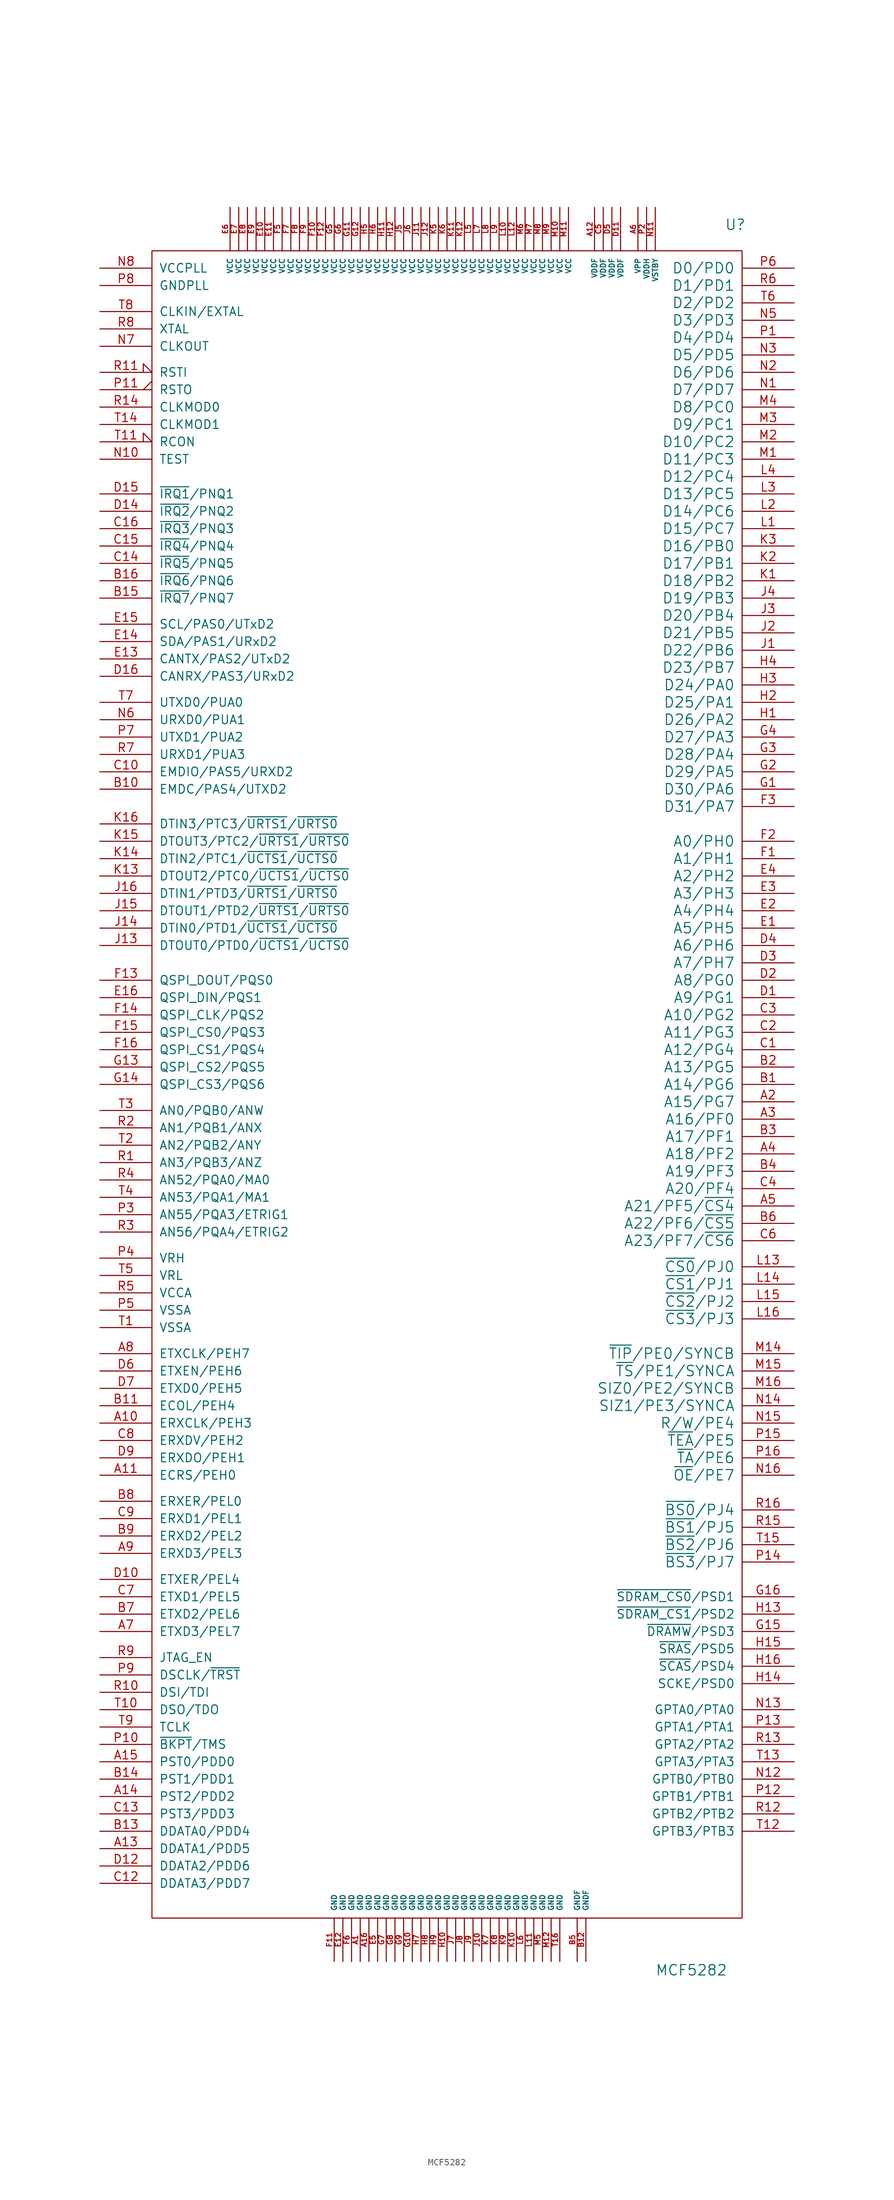
<source format=kicad_sym>
(kicad_symbol_lib
  (version 20211014)
  (generator kicad_symbol_editor)
  (symbol "MCF5282"
    (pin_names
      (offset 1.016))
    (property "Reference" "U"
      (at 40.64 125.73 0)
      (effects (font (size 1.524 1.524)) (justify left)))
    (property "Value" "MCF5282"
      (at 30.48 -129.54 0)
      (effects (font (size 1.524 1.524)) (justify left)))
    (property "Footprint" ""
      (at 0 0 0)
      (effects (font (size 1.524 1.524))))
    (property "Datasheet" ""
      (at 0 0 0)
      (effects (font (size 1.524 1.524))))
    (symbol "MCF5282_0_1"
      (rectangle (start -43.18 121.92) (end 43.18 -121.92) (stroke (width 0) (type default) (color 0 0 0 0)) (fill (type none))))
    (symbol "MCF5282_1_1"
      (pin power_in line (at -12.7 -128.27 90) (length 6.35) (name "GND" (effects (font (size 0.762 0.762)))) (number "A1" (effects (font (size 0.762 0.762)))))
      (pin bidirectional line (at -50.8 -49.53 0) (length 7.62) (name "ERXCLK/PEH3" (effects (font (size 1.27 1.27)))) (number "A10" (effects (font (size 1.27 1.27)))))
      (pin bidirectional line (at -50.8 -57.15 0) (length 7.62) (name "ECRS/PEH0" (effects (font (size 1.27 1.27)))) (number "A11" (effects (font (size 1.27 1.27)))))
      (pin power_in line (at 21.59 128.27 270) (length 6.35) (name "VDDF" (effects (font (size 0.762 0.762)))) (number "A12" (effects (font (size 0.762 0.762)))))
      (pin output line (at -50.8 -111.76 0) (length 7.62) (name "DDATA1/PDD5" (effects (font (size 1.27 1.27)))) (number "A13" (effects (font (size 1.27 1.27)))))
      (pin output line (at -50.8 -104.14 0) (length 7.62) (name "PST2/PDD2" (effects (font (size 1.27 1.27)))) (number "A14" (effects (font (size 1.27 1.27)))))
      (pin output line (at -50.8 -99.06 0) (length 7.62) (name "PST0/PDD0" (effects (font (size 1.27 1.27)))) (number "A15" (effects (font (size 1.27 1.27)))))
      (pin power_in line (at -11.43 -128.27 90) (length 6.35) (name "GND" (effects (font (size 0.762 0.762)))) (number "A16" (effects (font (size 0.762 0.762)))))
      (pin bidirectional line (at 50.8 -2.54 180) (length 7.62) (name "A15/PG7" (effects (font (size 1.524 1.524)))) (number "A2" (effects (font (size 1.27 1.27)))))
      (pin bidirectional line (at 50.8 -5.08 180) (length 7.62) (name "A16/PF0" (effects (font (size 1.524 1.524)))) (number "A3" (effects (font (size 1.27 1.27)))))
      (pin bidirectional line (at 50.8 -10.16 180) (length 7.62) (name "A18/PF2" (effects (font (size 1.524 1.524)))) (number "A4" (effects (font (size 1.27 1.27)))))
      (pin bidirectional line (at 50.8 -17.78 180) (length 7.62) (name "A21/PF5/~{CS4}" (effects (font (size 1.524 1.524)))) (number "A5" (effects (font (size 1.27 1.27)))))
      (pin power_in line (at 27.94 128.27 270) (length 6.35) (name "VPP" (effects (font (size 0.762 0.762)))) (number "A6" (effects (font (size 0.762 0.762)))))
      (pin bidirectional line (at -50.8 -80.01 0) (length 7.62) (name "ETXD3/PEL7" (effects (font (size 1.27 1.27)))) (number "A7" (effects (font (size 1.27 1.27)))))
      (pin bidirectional line (at -50.8 -39.37 0) (length 7.62) (name "ETXCLK/PEH7" (effects (font (size 1.27 1.27)))) (number "A8" (effects (font (size 1.27 1.27)))))
      (pin bidirectional line (at -50.8 -68.58 0) (length 7.62) (name "ERXD3/PEL3" (effects (font (size 1.27 1.27)))) (number "A9" (effects (font (size 1.27 1.27)))))
      (pin bidirectional line (at 50.8 0 180) (length 7.62) (name "A14/PG6" (effects (font (size 1.524 1.524)))) (number "B1" (effects (font (size 1.27 1.27)))))
      (pin input line (at -50.8 43.18 0) (length 7.62) (name "EMDC/PAS4/UTXD2" (effects (font (size 1.27 1.27)))) (number "B10" (effects (font (size 1.27 1.27)))))
      (pin bidirectional line (at -50.8 -46.99 0) (length 7.62) (name "ECOL/PEH4" (effects (font (size 1.27 1.27)))) (number "B11" (effects (font (size 1.27 1.27)))))
      (pin power_in line (at 20.32 -128.27 90) (length 6.35) (name "GNDF" (effects (font (size 0.762 0.762)))) (number "B12" (effects (font (size 0.762 0.762)))))
      (pin output line (at -50.8 -109.22 0) (length 7.62) (name "DDATA0/PDD4" (effects (font (size 1.27 1.27)))) (number "B13" (effects (font (size 1.27 1.27)))))
      (pin output line (at -50.8 -101.6 0) (length 7.62) (name "PST1/PDD1" (effects (font (size 1.27 1.27)))) (number "B14" (effects (font (size 1.27 1.27)))))
      (pin bidirectional line (at -50.8 71.12 0) (length 7.62) (name "~{IRQ7}/PNQ7" (effects (font (size 1.27 1.27)))) (number "B15" (effects (font (size 1.27 1.27)))))
      (pin bidirectional line (at -50.8 73.66 0) (length 7.62) (name "~{IRQ6}/PNQ6" (effects (font (size 1.27 1.27)))) (number "B16" (effects (font (size 1.27 1.27)))))
      (pin bidirectional line (at 50.8 2.54 180) (length 7.62) (name "A13/PG5" (effects (font (size 1.524 1.524)))) (number "B2" (effects (font (size 1.27 1.27)))))
      (pin bidirectional line (at 50.8 -7.62 180) (length 7.62) (name "A17/PF1" (effects (font (size 1.524 1.524)))) (number "B3" (effects (font (size 1.27 1.27)))))
      (pin bidirectional line (at 50.8 -12.7 180) (length 7.62) (name "A19/PF3" (effects (font (size 1.524 1.524)))) (number "B4" (effects (font (size 1.27 1.27)))))
      (pin passive line (at 19.05 -128.27 90) (length 6.35) (name "GNDF" (effects (font (size 0.762 0.762)))) (number "B5" (effects (font (size 0.762 0.762)))))
      (pin bidirectional line (at 50.8 -20.32 180) (length 7.62) (name "A22/PF6/~{CS5}" (effects (font (size 1.524 1.524)))) (number "B6" (effects (font (size 1.27 1.27)))))
      (pin bidirectional line (at -50.8 -77.47 0) (length 7.62) (name "ETXD2/PEL6" (effects (font (size 1.27 1.27)))) (number "B7" (effects (font (size 1.27 1.27)))))
      (pin bidirectional line (at -50.8 -60.96 0) (length 7.62) (name "ERXER/PEL0" (effects (font (size 1.27 1.27)))) (number "B8" (effects (font (size 1.27 1.27)))))
      (pin bidirectional line (at -50.8 -66.04 0) (length 7.62) (name "ERXD2/PEL2" (effects (font (size 1.27 1.27)))) (number "B9" (effects (font (size 1.27 1.27)))))
      (pin bidirectional line (at 50.8 5.08 180) (length 7.62) (name "A12/PG4" (effects (font (size 1.524 1.524)))) (number "C1" (effects (font (size 1.27 1.27)))))
      (pin bidirectional line (at -50.8 45.72 0) (length 7.62) (name "EMDIO/PAS5/URXD2" (effects (font (size 1.27 1.27)))) (number "C10" (effects (font (size 1.27 1.27)))))
      (pin output line (at -50.8 -116.84 0) (length 7.62) (name "DDATA3/PDD7" (effects (font (size 1.27 1.27)))) (number "C12" (effects (font (size 1.27 1.27)))))
      (pin output line (at -50.8 -106.68 0) (length 7.62) (name "PST3/PDD3" (effects (font (size 1.27 1.27)))) (number "C13" (effects (font (size 1.27 1.27)))))
      (pin bidirectional line (at -50.8 76.2 0) (length 7.62) (name "~{IRQ5}/PNQ5" (effects (font (size 1.27 1.27)))) (number "C14" (effects (font (size 1.27 1.27)))))
      (pin bidirectional line (at -50.8 78.74 0) (length 7.62) (name "~{IRQ4}/PNQ4" (effects (font (size 1.27 1.27)))) (number "C15" (effects (font (size 1.27 1.27)))))
      (pin bidirectional line (at -50.8 81.28 0) (length 7.62) (name "~{IRQ3}/PNQ3" (effects (font (size 1.27 1.27)))) (number "C16" (effects (font (size 1.27 1.27)))))
      (pin bidirectional line (at 50.8 7.62 180) (length 7.62) (name "A11/PG3" (effects (font (size 1.524 1.524)))) (number "C2" (effects (font (size 1.27 1.27)))))
      (pin bidirectional line (at 50.8 10.16 180) (length 7.62) (name "A10/PG2" (effects (font (size 1.524 1.524)))) (number "C3" (effects (font (size 1.27 1.27)))))
      (pin bidirectional line (at 50.8 -15.24 180) (length 7.62) (name "A20/PF4" (effects (font (size 1.524 1.524)))) (number "C4" (effects (font (size 1.27 1.27)))))
      (pin power_in line (at 22.86 128.27 270) (length 6.35) (name "VDDF" (effects (font (size 0.762 0.762)))) (number "C5" (effects (font (size 0.762 0.762)))))
      (pin bidirectional line (at 50.8 -22.86 180) (length 7.62) (name "A23/PF7/~{CS6}" (effects (font (size 1.524 1.524)))) (number "C6" (effects (font (size 1.27 1.27)))))
      (pin bidirectional line (at -50.8 -74.93 0) (length 7.62) (name "ETXD1/PEL5" (effects (font (size 1.27 1.27)))) (number "C7" (effects (font (size 1.27 1.27)))))
      (pin bidirectional line (at -50.8 -52.07 0) (length 7.62) (name "ERXDV/PEH2" (effects (font (size 1.27 1.27)))) (number "C8" (effects (font (size 1.27 1.27)))))
      (pin bidirectional line (at -50.8 -63.5 0) (length 7.62) (name "ERXD1/PEL1" (effects (font (size 1.27 1.27)))) (number "C9" (effects (font (size 1.27 1.27)))))
      (pin bidirectional line (at 50.8 12.7 180) (length 7.62) (name "A9/PG1" (effects (font (size 1.524 1.524)))) (number "D1" (effects (font (size 1.27 1.27)))))
      (pin bidirectional line (at -50.8 -72.39 0) (length 7.62) (name "ETXER/PEL4" (effects (font (size 1.27 1.27)))) (number "D10" (effects (font (size 1.27 1.27)))))
      (pin power_in line (at 25.4 128.27 270) (length 6.35) (name "VDDF" (effects (font (size 0.762 0.762)))) (number "D11" (effects (font (size 0.762 0.762)))))
      (pin output line (at -50.8 -114.3 0) (length 7.62) (name "DDATA2/PDD6" (effects (font (size 1.27 1.27)))) (number "D12" (effects (font (size 1.27 1.27)))))
      (pin bidirectional line (at -50.8 83.82 0) (length 7.62) (name "~{IRQ2}/PNQ2" (effects (font (size 1.27 1.27)))) (number "D14" (effects (font (size 1.27 1.27)))))
      (pin bidirectional line (at -50.8 86.36 0) (length 7.62) (name "~{IRQ1}/PNQ1" (effects (font (size 1.27 1.27)))) (number "D15" (effects (font (size 1.27 1.27)))))
      (pin bidirectional line (at -50.8 59.69 0) (length 7.62) (name "CANRX/PAS3/URxD2" (effects (font (size 1.27 1.27)))) (number "D16" (effects (font (size 1.27 1.27)))))
      (pin bidirectional line (at 50.8 15.24 180) (length 7.62) (name "A8/PG0" (effects (font (size 1.524 1.524)))) (number "D2" (effects (font (size 1.27 1.27)))))
      (pin bidirectional line (at 50.8 17.78 180) (length 7.62) (name "A7/PH7" (effects (font (size 1.524 1.524)))) (number "D3" (effects (font (size 1.27 1.27)))))
      (pin bidirectional line (at 50.8 20.32 180) (length 7.62) (name "A6/PH6" (effects (font (size 1.524 1.524)))) (number "D4" (effects (font (size 1.27 1.27)))))
      (pin power_in line (at 24.13 128.27 270) (length 6.35) (name "VDDF" (effects (font (size 0.762 0.762)))) (number "D5" (effects (font (size 0.762 0.762)))))
      (pin bidirectional line (at -50.8 -41.91 0) (length 7.62) (name "ETXEN/PEH6" (effects (font (size 1.27 1.27)))) (number "D6" (effects (font (size 1.27 1.27)))))
      (pin bidirectional line (at -50.8 -44.45 0) (length 7.62) (name "ETXD0/PEH5" (effects (font (size 1.27 1.27)))) (number "D7" (effects (font (size 1.27 1.27)))))
      (pin bidirectional line (at -50.8 -54.61 0) (length 7.62) (name "ERXDO/PEH1" (effects (font (size 1.27 1.27)))) (number "D9" (effects (font (size 1.27 1.27)))))
      (pin bidirectional line (at 50.8 22.86 180) (length 7.62) (name "A5/PH5" (effects (font (size 1.524 1.524)))) (number "E1" (effects (font (size 1.27 1.27)))))
      (pin power_in line (at -26.67 128.27 270) (length 6.35) (name "VCC" (effects (font (size 0.762 0.762)))) (number "E10" (effects (font (size 0.762 0.762)))))
      (pin power_in line (at -25.4 128.27 270) (length 6.35) (name "VCC" (effects (font (size 0.762 0.762)))) (number "E11" (effects (font (size 0.762 0.762)))))
      (pin power_in line (at -15.24 -128.27 90) (length 6.35) (name "GND" (effects (font (size 0.762 0.762)))) (number "E12" (effects (font (size 0.762 0.762)))))
      (pin bidirectional line (at -50.8 62.23 0) (length 7.62) (name "CANTX/PAS2/UTxD2" (effects (font (size 1.27 1.27)))) (number "E13" (effects (font (size 1.27 1.27)))))
      (pin bidirectional line (at -50.8 64.77 0) (length 7.62) (name "SDA/PAS1/URxD2" (effects (font (size 1.27 1.27)))) (number "E14" (effects (font (size 1.27 1.27)))))
      (pin bidirectional line (at -50.8 67.31 0) (length 7.62) (name "SCL/PAS0/UTxD2" (effects (font (size 1.27 1.27)))) (number "E15" (effects (font (size 1.27 1.27)))))
      (pin bidirectional line (at -50.8 12.7 0) (length 7.62) (name "QSPI_DIN/PQS1" (effects (font (size 1.27 1.27)))) (number "E16" (effects (font (size 1.27 1.27)))))
      (pin bidirectional line (at 50.8 25.4 180) (length 7.62) (name "A4/PH4" (effects (font (size 1.524 1.524)))) (number "E2" (effects (font (size 1.27 1.27)))))
      (pin bidirectional line (at 50.8 27.94 180) (length 7.62) (name "A3/PH3" (effects (font (size 1.524 1.524)))) (number "E3" (effects (font (size 1.27 1.27)))))
      (pin bidirectional line (at 50.8 30.48 180) (length 7.62) (name "A2/PH2" (effects (font (size 1.524 1.524)))) (number "E4" (effects (font (size 1.27 1.27)))))
      (pin power_in line (at -10.16 -128.27 90) (length 6.35) (name "GND" (effects (font (size 0.762 0.762)))) (number "E5" (effects (font (size 0.762 0.762)))))
      (pin power_in line (at -31.75 128.27 270) (length 6.35) (name "VCC" (effects (font (size 0.762 0.762)))) (number "E6" (effects (font (size 0.762 0.762)))))
      (pin power_in line (at -30.48 128.27 270) (length 6.35) (name "VCC" (effects (font (size 0.762 0.762)))) (number "E7" (effects (font (size 0.762 0.762)))))
      (pin power_in line (at -29.21 128.27 270) (length 6.35) (name "VCC" (effects (font (size 0.762 0.762)))) (number "E8" (effects (font (size 0.762 0.762)))))
      (pin power_in line (at -27.94 128.27 270) (length 6.35) (name "VCC" (effects (font (size 0.762 0.762)))) (number "E9" (effects (font (size 0.762 0.762)))))
      (pin bidirectional line (at 50.8 33.02 180) (length 7.62) (name "A1/PH1" (effects (font (size 1.524 1.524)))) (number "F1" (effects (font (size 1.27 1.27)))))
      (pin power_in line (at -19.05 128.27 270) (length 6.35) (name "VCC" (effects (font (size 0.762 0.762)))) (number "F10" (effects (font (size 0.762 0.762)))))
      (pin power_in line (at -16.51 -128.27 90) (length 6.35) (name "GND" (effects (font (size 0.762 0.762)))) (number "F11" (effects (font (size 0.762 0.762)))))
      (pin power_in line (at -17.78 128.27 270) (length 6.35) (name "VCC" (effects (font (size 0.762 0.762)))) (number "F12" (effects (font (size 0.762 0.762)))))
      (pin bidirectional line (at -50.8 15.24 0) (length 7.62) (name "QSPI_DOUT/PQS0" (effects (font (size 1.27 1.27)))) (number "F13" (effects (font (size 1.27 1.27)))))
      (pin bidirectional line (at -50.8 10.16 0) (length 7.62) (name "QSPI_CLK/PQS2" (effects (font (size 1.27 1.27)))) (number "F14" (effects (font (size 1.27 1.27)))))
      (pin bidirectional line (at -50.8 7.62 0) (length 7.62) (name "QSPI_CS0/PQS3" (effects (font (size 1.27 1.27)))) (number "F15" (effects (font (size 1.27 1.27)))))
      (pin bidirectional line (at -50.8 5.08 0) (length 7.62) (name "QSPI_CS1/PQS4" (effects (font (size 1.27 1.27)))) (number "F16" (effects (font (size 1.27 1.27)))))
      (pin bidirectional line (at 50.8 35.56 180) (length 7.62) (name "A0/PH0" (effects (font (size 1.524 1.524)))) (number "F2" (effects (font (size 1.27 1.27)))))
      (pin bidirectional line (at 50.8 40.64 180) (length 7.62) (name "D31/PA7" (effects (font (size 1.524 1.524)))) (number "F3" (effects (font (size 1.27 1.27)))))
      (pin power_in line (at -24.13 128.27 270) (length 6.35) (name "VCC" (effects (font (size 0.762 0.762)))) (number "F5" (effects (font (size 0.762 0.762)))))
      (pin power_in line (at -13.97 -128.27 90) (length 6.35) (name "GND" (effects (font (size 0.762 0.762)))) (number "F6" (effects (font (size 0.762 0.762)))))
      (pin power_in line (at -22.86 128.27 270) (length 6.35) (name "VCC" (effects (font (size 0.762 0.762)))) (number "F7" (effects (font (size 0.762 0.762)))))
      (pin power_in line (at -21.59 128.27 270) (length 6.35) (name "VCC" (effects (font (size 0.762 0.762)))) (number "F8" (effects (font (size 0.762 0.762)))))
      (pin power_in line (at -20.32 128.27 270) (length 6.35) (name "VCC" (effects (font (size 0.762 0.762)))) (number "F9" (effects (font (size 0.762 0.762)))))
      (pin bidirectional line (at 50.8 43.18 180) (length 7.62) (name "D30/PA6" (effects (font (size 1.524 1.524)))) (number "G1" (effects (font (size 1.27 1.27)))))
      (pin power_in line (at -5.08 -128.27 90) (length 6.35) (name "GND" (effects (font (size 0.762 0.762)))) (number "G10" (effects (font (size 0.762 0.762)))))
      (pin power_in line (at -13.97 128.27 270) (length 6.35) (name "VCC" (effects (font (size 0.762 0.762)))) (number "G11" (effects (font (size 0.762 0.762)))))
      (pin power_in line (at -12.7 128.27 270) (length 6.35) (name "VCC" (effects (font (size 0.762 0.762)))) (number "G12" (effects (font (size 0.762 0.762)))))
      (pin bidirectional line (at -50.8 2.54 0) (length 7.62) (name "QSPI_CS2/PQS5" (effects (font (size 1.27 1.27)))) (number "G13" (effects (font (size 1.27 1.27)))))
      (pin bidirectional line (at -50.8 0 0) (length 7.62) (name "QSPI_CS3/PQS6" (effects (font (size 1.27 1.27)))) (number "G14" (effects (font (size 1.27 1.27)))))
      (pin bidirectional line (at 50.8 -80.01 180) (length 7.62) (name "~{DRAMW}/PSD3" (effects (font (size 1.27 1.27)))) (number "G15" (effects (font (size 1.27 1.27)))))
      (pin bidirectional line (at 50.8 -74.93 180) (length 7.62) (name "~{SDRAM_CS0}/PSD1" (effects (font (size 1.27 1.27)))) (number "G16" (effects (font (size 1.27 1.27)))))
      (pin bidirectional line (at 50.8 45.72 180) (length 7.62) (name "D29/PA5" (effects (font (size 1.524 1.524)))) (number "G2" (effects (font (size 1.27 1.27)))))
      (pin bidirectional line (at 50.8 48.26 180) (length 7.62) (name "D28/PA4" (effects (font (size 1.524 1.524)))) (number "G3" (effects (font (size 1.27 1.27)))))
      (pin bidirectional line (at 50.8 50.8 180) (length 7.62) (name "D27/PA3" (effects (font (size 1.524 1.524)))) (number "G4" (effects (font (size 1.27 1.27)))))
      (pin power_in line (at -16.51 128.27 270) (length 6.35) (name "VCC" (effects (font (size 0.762 0.762)))) (number "G5" (effects (font (size 0.762 0.762)))))
      (pin power_in line (at -15.24 128.27 270) (length 6.35) (name "VCC" (effects (font (size 0.762 0.762)))) (number "G6" (effects (font (size 0.762 0.762)))))
      (pin power_in line (at -8.89 -128.27 90) (length 6.35) (name "GND" (effects (font (size 0.762 0.762)))) (number "G7" (effects (font (size 0.762 0.762)))))
      (pin power_in line (at -7.62 -128.27 90) (length 6.35) (name "GND" (effects (font (size 0.762 0.762)))) (number "G8" (effects (font (size 0.762 0.762)))))
      (pin power_in line (at -6.35 -128.27 90) (length 6.35) (name "GND" (effects (font (size 0.762 0.762)))) (number "G9" (effects (font (size 0.762 0.762)))))
      (pin bidirectional line (at 50.8 53.34 180) (length 7.62) (name "D26/PA2" (effects (font (size 1.524 1.524)))) (number "H1" (effects (font (size 1.27 1.27)))))
      (pin power_in line (at 0 -128.27 90) (length 6.35) (name "GND" (effects (font (size 0.762 0.762)))) (number "H10" (effects (font (size 0.762 0.762)))))
      (pin power_in line (at -8.89 128.27 270) (length 6.35) (name "VCC" (effects (font (size 0.762 0.762)))) (number "H11" (effects (font (size 0.762 0.762)))))
      (pin power_in line (at -7.62 128.27 270) (length 6.35) (name "VCC" (effects (font (size 0.762 0.762)))) (number "H12" (effects (font (size 0.762 0.762)))))
      (pin output line (at 50.8 -77.47 180) (length 7.62) (name "~{SDRAM_CS1}/PSD2" (effects (font (size 1.27 1.27)))) (number "H13" (effects (font (size 1.27 1.27)))))
      (pin bidirectional line (at 50.8 -87.63 180) (length 7.62) (name "SCKE/PSD0" (effects (font (size 1.27 1.27)))) (number "H14" (effects (font (size 1.27 1.27)))))
      (pin bidirectional line (at 50.8 -82.55 180) (length 7.62) (name "~{SRAS}/PSD5" (effects (font (size 1.27 1.27)))) (number "H15" (effects (font (size 1.27 1.27)))))
      (pin bidirectional line (at 50.8 -85.09 180) (length 7.62) (name "~{SCAS}/PSD4" (effects (font (size 1.27 1.27)))) (number "H16" (effects (font (size 1.27 1.27)))))
      (pin bidirectional line (at 50.8 55.88 180) (length 7.62) (name "D25/PA1" (effects (font (size 1.524 1.524)))) (number "H2" (effects (font (size 1.27 1.27)))))
      (pin bidirectional line (at 50.8 58.42 180) (length 7.62) (name "D24/PA0" (effects (font (size 1.524 1.524)))) (number "H3" (effects (font (size 1.27 1.27)))))
      (pin bidirectional line (at 50.8 60.96 180) (length 7.62) (name "D23/PB7" (effects (font (size 1.524 1.524)))) (number "H4" (effects (font (size 1.27 1.27)))))
      (pin power_in line (at -11.43 128.27 270) (length 6.35) (name "VCC" (effects (font (size 0.762 0.762)))) (number "H5" (effects (font (size 0.762 0.762)))))
      (pin power_in line (at -10.16 128.27 270) (length 6.35) (name "VCC" (effects (font (size 0.762 0.762)))) (number "H6" (effects (font (size 0.762 0.762)))))
      (pin power_in line (at -3.81 -128.27 90) (length 6.35) (name "GND" (effects (font (size 0.762 0.762)))) (number "H7" (effects (font (size 0.762 0.762)))))
      (pin power_in line (at -2.54 -128.27 90) (length 6.35) (name "GND" (effects (font (size 0.762 0.762)))) (number "H8" (effects (font (size 0.762 0.762)))))
      (pin power_in line (at -1.27 -128.27 90) (length 6.35) (name "GND" (effects (font (size 0.762 0.762)))) (number "H9" (effects (font (size 0.762 0.762)))))
      (pin bidirectional line (at 50.8 63.5 180) (length 7.62) (name "D22/PB6" (effects (font (size 1.524 1.524)))) (number "J1" (effects (font (size 1.27 1.27)))))
      (pin power_in line (at 5.08 -128.27 90) (length 6.35) (name "GND" (effects (font (size 0.762 0.762)))) (number "J10" (effects (font (size 0.762 0.762)))))
      (pin power_in line (at -3.81 128.27 270) (length 6.35) (name "VCC" (effects (font (size 0.762 0.762)))) (number "J11" (effects (font (size 0.762 0.762)))))
      (pin power_in line (at -2.54 128.27 270) (length 6.35) (name "VCC" (effects (font (size 0.762 0.762)))) (number "J12" (effects (font (size 0.762 0.762)))))
      (pin input line (at -50.8 20.32 0) (length 7.62) (name "DTOUT0/PTD0/~{UCTS1}/~{UCTS0}" (effects (font (size 1.27 1.27)))) (number "J13" (effects (font (size 1.27 1.27)))))
      (pin bidirectional line (at -50.8 22.86 0) (length 7.62) (name "DTIN0/PTD1/~{UCTS1}/~{UCTS0}" (effects (font (size 1.27 1.27)))) (number "J14" (effects (font (size 1.27 1.27)))))
      (pin bidirectional line (at -50.8 25.4 0) (length 7.62) (name "DTOUT1/PTD2/~{URTS1}/~{URTS0}" (effects (font (size 1.27 1.27)))) (number "J15" (effects (font (size 1.27 1.27)))))
      (pin bidirectional line (at -50.8 27.94 0) (length 7.62) (name "DTIN1/PTD3/~{URTS1}/~{URTS0}" (effects (font (size 1.27 1.27)))) (number "J16" (effects (font (size 1.27 1.27)))))
      (pin bidirectional line (at 50.8 66.04 180) (length 7.62) (name "D21/PB5" (effects (font (size 1.524 1.524)))) (number "J2" (effects (font (size 1.27 1.27)))))
      (pin bidirectional line (at 50.8 68.58 180) (length 7.62) (name "D20/PB4" (effects (font (size 1.524 1.524)))) (number "J3" (effects (font (size 1.27 1.27)))))
      (pin bidirectional line (at 50.8 71.12 180) (length 7.62) (name "D19/PB3" (effects (font (size 1.524 1.524)))) (number "J4" (effects (font (size 1.27 1.27)))))
      (pin power_in line (at -6.35 128.27 270) (length 6.35) (name "VCC" (effects (font (size 0.762 0.762)))) (number "J5" (effects (font (size 0.762 0.762)))))
      (pin power_in line (at -5.08 128.27 270) (length 6.35) (name "VCC" (effects (font (size 0.762 0.762)))) (number "J6" (effects (font (size 0.762 0.762)))))
      (pin power_in line (at 1.27 -128.27 90) (length 6.35) (name "GND" (effects (font (size 0.762 0.762)))) (number "J7" (effects (font (size 0.762 0.762)))))
      (pin power_in line (at 2.54 -128.27 90) (length 6.35) (name "GND" (effects (font (size 0.762 0.762)))) (number "J8" (effects (font (size 0.762 0.762)))))
      (pin power_in line (at 3.81 -128.27 90) (length 6.35) (name "GND" (effects (font (size 0.762 0.762)))) (number "J9" (effects (font (size 0.762 0.762)))))
      (pin bidirectional line (at 50.8 73.66 180) (length 7.62) (name "D18/PB2" (effects (font (size 1.524 1.524)))) (number "K1" (effects (font (size 1.27 1.27)))))
      (pin power_in line (at 10.16 -128.27 90) (length 6.35) (name "GND" (effects (font (size 0.762 0.762)))) (number "K10" (effects (font (size 0.762 0.762)))))
      (pin power_in line (at 1.27 128.27 270) (length 6.35) (name "VCC" (effects (font (size 0.762 0.762)))) (number "K11" (effects (font (size 0.762 0.762)))))
      (pin power_in line (at 2.54 128.27 270) (length 6.35) (name "VCC" (effects (font (size 0.762 0.762)))) (number "K12" (effects (font (size 0.762 0.762)))))
      (pin bidirectional line (at -50.8 30.48 0) (length 7.62) (name "DTOUT2/PTC0/~{UCTS1}/~{UCTS0}" (effects (font (size 1.27 1.27)))) (number "K13" (effects (font (size 1.27 1.27)))))
      (pin bidirectional line (at -50.8 33.02 0) (length 7.62) (name "DTIN2/PTC1/~{UCTS1}/~{UCTS0}" (effects (font (size 1.27 1.27)))) (number "K14" (effects (font (size 1.27 1.27)))))
      (pin bidirectional line (at -50.8 35.56 0) (length 7.62) (name "DTOUT3/PTC2/~{URTS1}/~{URTS0}" (effects (font (size 1.27 1.27)))) (number "K15" (effects (font (size 1.27 1.27)))))
      (pin bidirectional line (at -50.8 38.1 0) (length 7.62) (name "DTIN3/PTC3/~{URTS1}/~{URTS0}" (effects (font (size 1.27 1.27)))) (number "K16" (effects (font (size 1.27 1.27)))))
      (pin bidirectional line (at 50.8 76.2 180) (length 7.62) (name "D17/PB1" (effects (font (size 1.524 1.524)))) (number "K2" (effects (font (size 1.27 1.27)))))
      (pin bidirectional line (at 50.8 78.74 180) (length 7.62) (name "D16/PB0" (effects (font (size 1.524 1.524)))) (number "K3" (effects (font (size 1.27 1.27)))))
      (pin power_in line (at -1.27 128.27 270) (length 6.35) (name "VCC" (effects (font (size 0.762 0.762)))) (number "K5" (effects (font (size 0.762 0.762)))))
      (pin power_in line (at 0 128.27 270) (length 6.35) (name "VCC" (effects (font (size 0.762 0.762)))) (number "K6" (effects (font (size 0.762 0.762)))))
      (pin power_in line (at 6.35 -128.27 90) (length 6.35) (name "GND" (effects (font (size 0.762 0.762)))) (number "K7" (effects (font (size 0.762 0.762)))))
      (pin power_in line (at 7.62 -128.27 90) (length 6.35) (name "GND" (effects (font (size 0.762 0.762)))) (number "K8" (effects (font (size 0.762 0.762)))))
      (pin power_in line (at 8.89 -128.27 90) (length 6.35) (name "GND" (effects (font (size 0.762 0.762)))) (number "K9" (effects (font (size 0.762 0.762)))))
      (pin bidirectional line (at 50.8 81.28 180) (length 7.62) (name "D15/PC7" (effects (font (size 1.524 1.524)))) (number "L1" (effects (font (size 1.27 1.27)))))
      (pin power_in line (at 8.89 128.27 270) (length 6.35) (name "VCC" (effects (font (size 0.762 0.762)))) (number "L10" (effects (font (size 0.762 0.762)))))
      (pin power_in line (at 12.7 -128.27 90) (length 6.35) (name "GND" (effects (font (size 0.762 0.762)))) (number "L11" (effects (font (size 0.762 0.762)))))
      (pin power_in line (at 10.16 128.27 270) (length 6.35) (name "VCC" (effects (font (size 0.762 0.762)))) (number "L12" (effects (font (size 0.762 0.762)))))
      (pin bidirectional line (at 50.8 -26.67 180) (length 7.62) (name "~{CS0}/PJ0" (effects (font (size 1.524 1.524)))) (number "L13" (effects (font (size 1.27 1.27)))))
      (pin bidirectional line (at 50.8 -29.21 180) (length 7.62) (name "~{CS1}/PJ1" (effects (font (size 1.524 1.524)))) (number "L14" (effects (font (size 1.27 1.27)))))
      (pin bidirectional line (at 50.8 -31.75 180) (length 7.62) (name "~{CS2}/PJ2" (effects (font (size 1.524 1.524)))) (number "L15" (effects (font (size 1.27 1.27)))))
      (pin bidirectional line (at 50.8 -34.29 180) (length 7.62) (name "~{CS3}/PJ3" (effects (font (size 1.524 1.524)))) (number "L16" (effects (font (size 1.27 1.27)))))
      (pin bidirectional line (at 50.8 83.82 180) (length 7.62) (name "D14/PC6" (effects (font (size 1.524 1.524)))) (number "L2" (effects (font (size 1.27 1.27)))))
      (pin bidirectional line (at 50.8 86.36 180) (length 7.62) (name "D13/PC5" (effects (font (size 1.524 1.524)))) (number "L3" (effects (font (size 1.27 1.27)))))
      (pin bidirectional line (at 50.8 88.9 180) (length 7.62) (name "D12/PC4" (effects (font (size 1.524 1.524)))) (number "L4" (effects (font (size 1.27 1.27)))))
      (pin power_in line (at 3.81 128.27 270) (length 6.35) (name "VCC" (effects (font (size 0.762 0.762)))) (number "L5" (effects (font (size 0.762 0.762)))))
      (pin power_in line (at 11.43 -128.27 90) (length 6.35) (name "GND" (effects (font (size 0.762 0.762)))) (number "L6" (effects (font (size 0.762 0.762)))))
      (pin power_in line (at 5.08 128.27 270) (length 6.35) (name "VCC" (effects (font (size 0.762 0.762)))) (number "L7" (effects (font (size 0.762 0.762)))))
      (pin power_in line (at 6.35 128.27 270) (length 6.35) (name "VCC" (effects (font (size 0.762 0.762)))) (number "L8" (effects (font (size 0.762 0.762)))))
      (pin power_in line (at 7.62 128.27 270) (length 6.35) (name "VCC" (effects (font (size 0.762 0.762)))) (number "L9" (effects (font (size 0.762 0.762)))))
      (pin bidirectional line (at 50.8 91.44 180) (length 7.62) (name "D11/PC3" (effects (font (size 1.524 1.524)))) (number "M1" (effects (font (size 1.27 1.27)))))
      (pin power_in line (at 16.51 128.27 270) (length 6.35) (name "VCC" (effects (font (size 0.762 0.762)))) (number "M10" (effects (font (size 0.762 0.762)))))
      (pin power_in line (at 17.78 128.27 270) (length 6.35) (name "VCC" (effects (font (size 0.762 0.762)))) (number "M11" (effects (font (size 0.762 0.762)))))
      (pin passive line (at 15.24 -128.27 90) (length 6.35) (name "GND" (effects (font (size 0.762 0.762)))) (number "M12" (effects (font (size 0.762 0.762)))))
      (pin bidirectional line (at 50.8 -39.37 180) (length 7.62) (name "~{TIP}/PE0/SYNCB" (effects (font (size 1.524 1.524)))) (number "M14" (effects (font (size 1.27 1.27)))))
      (pin bidirectional line (at 50.8 -41.91 180) (length 7.62) (name "~{TS}/PE1/SYNCA" (effects (font (size 1.524 1.524)))) (number "M15" (effects (font (size 1.27 1.27)))))
      (pin bidirectional line (at 50.8 -44.45 180) (length 7.62) (name "SIZ0/PE2/SYNCB" (effects (font (size 1.524 1.524)))) (number "M16" (effects (font (size 1.27 1.27)))))
      (pin bidirectional line (at 50.8 93.98 180) (length 7.62) (name "D10/PC2" (effects (font (size 1.524 1.524)))) (number "M2" (effects (font (size 1.27 1.27)))))
      (pin bidirectional line (at 50.8 96.52 180) (length 7.62) (name "D9/PC1" (effects (font (size 1.524 1.524)))) (number "M3" (effects (font (size 1.27 1.27)))))
      (pin bidirectional line (at 50.8 99.06 180) (length 7.62) (name "D8/PC0" (effects (font (size 1.524 1.524)))) (number "M4" (effects (font (size 1.27 1.27)))))
      (pin power_in line (at 13.97 -128.27 90) (length 6.35) (name "GND" (effects (font (size 0.762 0.762)))) (number "M5" (effects (font (size 0.762 0.762)))))
      (pin power_in line (at 11.43 128.27 270) (length 6.35) (name "VCC" (effects (font (size 0.762 0.762)))) (number "M6" (effects (font (size 0.762 0.762)))))
      (pin power_in line (at 12.7 128.27 270) (length 6.35) (name "VCC" (effects (font (size 0.762 0.762)))) (number "M7" (effects (font (size 0.762 0.762)))))
      (pin power_in line (at 13.97 128.27 270) (length 6.35) (name "VCC" (effects (font (size 0.762 0.762)))) (number "M8" (effects (font (size 0.762 0.762)))))
      (pin power_in line (at 15.24 128.27 270) (length 6.35) (name "VCC" (effects (font (size 0.762 0.762)))) (number "M9" (effects (font (size 0.762 0.762)))))
      (pin bidirectional line (at 50.8 101.6 180) (length 7.62) (name "D7/PD7" (effects (font (size 1.524 1.524)))) (number "N1" (effects (font (size 1.27 1.27)))))
      (pin input line (at -50.8 91.44 0) (length 7.62) (name "TEST" (effects (font (size 1.27 1.27)))) (number "N10" (effects (font (size 1.27 1.27)))))
      (pin power_in line (at 30.48 128.27 270) (length 6.35) (name "VSTBY" (effects (font (size 0.762 0.762)))) (number "N11" (effects (font (size 0.762 0.762)))))
      (pin bidirectional line (at 50.8 -101.6 180) (length 7.62) (name "GPTB0/PTB0" (effects (font (size 1.27 1.27)))) (number "N12" (effects (font (size 1.27 1.27)))))
      (pin bidirectional line (at 50.8 -91.44 180) (length 7.62) (name "GPTA0/PTA0" (effects (font (size 1.27 1.27)))) (number "N13" (effects (font (size 1.27 1.27)))))
      (pin bidirectional line (at 50.8 -46.99 180) (length 7.62) (name "SIZ1/PE3/SYNCA" (effects (font (size 1.524 1.524)))) (number "N14" (effects (font (size 1.27 1.27)))))
      (pin bidirectional line (at 50.8 -49.53 180) (length 7.62) (name "R/W/PE4" (effects (font (size 1.524 1.524)))) (number "N15" (effects (font (size 1.27 1.27)))))
      (pin bidirectional line (at 50.8 -57.15 180) (length 7.62) (name "~{OE}/PE7" (effects (font (size 1.524 1.524)))) (number "N16" (effects (font (size 1.27 1.27)))))
      (pin bidirectional line (at 50.8 104.14 180) (length 7.62) (name "D6/PD6" (effects (font (size 1.524 1.524)))) (number "N2" (effects (font (size 1.27 1.27)))))
      (pin bidirectional line (at 50.8 106.68 180) (length 7.62) (name "D5/PD5" (effects (font (size 1.524 1.524)))) (number "N3" (effects (font (size 1.27 1.27)))))
      (pin bidirectional line (at 50.8 111.76 180) (length 7.62) (name "D3/PD3" (effects (font (size 1.524 1.524)))) (number "N5" (effects (font (size 1.27 1.27)))))
      (pin bidirectional line (at -50.8 53.34 0) (length 7.62) (name "URXD0/PUA1" (effects (font (size 1.27 1.27)))) (number "N6" (effects (font (size 1.27 1.27)))))
      (pin output line (at -50.8 107.95 0) (length 7.62) (name "CLKOUT" (effects (font (size 1.27 1.27)))) (number "N7" (effects (font (size 1.27 1.27)))))
      (pin passive line (at -50.8 119.38 0) (length 7.62) (name "VCCPLL" (effects (font (size 1.27 1.27)))) (number "N8" (effects (font (size 1.27 1.27)))))
      (pin bidirectional line (at 50.8 109.22 180) (length 7.62) (name "D4/PD4" (effects (font (size 1.524 1.524)))) (number "P1" (effects (font (size 1.27 1.27)))))
      (pin input line (at -50.8 -96.52 0) (length 7.62) (name "~{BKPT}/TMS" (effects (font (size 1.27 1.27)))) (number "P10" (effects (font (size 1.27 1.27)))))
      (pin output output_low (at -50.8 101.6 0) (length 7.62) (name "RSTO" (effects (font (size 1.27 1.27)))) (number "P11" (effects (font (size 1.27 1.27)))))
      (pin bidirectional line (at 50.8 -104.14 180) (length 7.62) (name "GPTB1/PTB1" (effects (font (size 1.27 1.27)))) (number "P12" (effects (font (size 1.27 1.27)))))
      (pin bidirectional line (at 50.8 -93.98 180) (length 7.62) (name "GPTA1/PTA1" (effects (font (size 1.27 1.27)))) (number "P13" (effects (font (size 1.27 1.27)))))
      (pin bidirectional line (at 50.8 -69.85 180) (length 7.62) (name "~{BS3}/PJ7" (effects (font (size 1.524 1.524)))) (number "P14" (effects (font (size 1.27 1.27)))))
      (pin bidirectional line (at 50.8 -52.07 180) (length 7.62) (name "~{TEA}/PE5" (effects (font (size 1.524 1.524)))) (number "P15" (effects (font (size 1.27 1.27)))))
      (pin bidirectional line (at 50.8 -54.61 180) (length 7.62) (name "~{TA}/PE6" (effects (font (size 1.524 1.524)))) (number "P16" (effects (font (size 1.27 1.27)))))
      (pin power_in line (at 29.21 128.27 270) (length 6.35) (name "VDDH" (effects (font (size 0.762 0.762)))) (number "P2" (effects (font (size 0.762 0.762)))))
      (pin bidirectional line (at -50.8 -19.05 0) (length 7.62) (name "AN55/PQA3/ETRIG1" (effects (font (size 1.27 1.27)))) (number "P3" (effects (font (size 1.27 1.27)))))
      (pin input line (at -50.8 -25.4 0) (length 7.62) (name "VRH" (effects (font (size 1.27 1.27)))) (number "P4" (effects (font (size 1.27 1.27)))))
      (pin input line (at -50.8 -33.02 0) (length 7.62) (name "VSSA" (effects (font (size 1.27 1.27)))) (number "P5" (effects (font (size 1.27 1.27)))))
      (pin bidirectional line (at 50.8 119.38 180) (length 7.62) (name "D0/PD0" (effects (font (size 1.524 1.524)))) (number "P6" (effects (font (size 1.27 1.27)))))
      (pin bidirectional line (at -50.8 50.8 0) (length 7.62) (name "UTXD1/PUA2" (effects (font (size 1.27 1.27)))) (number "P7" (effects (font (size 1.27 1.27)))))
      (pin passive line (at -50.8 116.84 0) (length 7.62) (name "GNDPLL" (effects (font (size 1.27 1.27)))) (number "P8" (effects (font (size 1.27 1.27)))))
      (pin input line (at -50.8 -86.36 0) (length 7.62) (name "DSCLK/~{TRST}" (effects (font (size 1.27 1.27)))) (number "P9" (effects (font (size 1.27 1.27)))))
      (pin bidirectional line (at -50.8 -11.43 0) (length 7.62) (name "AN3/PQB3/ANZ" (effects (font (size 1.27 1.27)))) (number "R1" (effects (font (size 1.27 1.27)))))
      (pin input line (at -50.8 -88.9 0) (length 7.62) (name "DSI/TDI" (effects (font (size 1.27 1.27)))) (number "R10" (effects (font (size 1.27 1.27)))))
      (pin input input_low (at -50.8 104.14 0) (length 7.62) (name "RSTI" (effects (font (size 1.27 1.27)))) (number "R11" (effects (font (size 1.27 1.27)))))
      (pin bidirectional line (at 50.8 -106.68 180) (length 7.62) (name "GPTB2/PTB2" (effects (font (size 1.27 1.27)))) (number "R12" (effects (font (size 1.27 1.27)))))
      (pin bidirectional line (at 50.8 -96.52 180) (length 7.62) (name "GPTA2/PTA2" (effects (font (size 1.27 1.27)))) (number "R13" (effects (font (size 1.27 1.27)))))
      (pin input line (at -50.8 99.06 0) (length 7.62) (name "CLKMOD0" (effects (font (size 1.27 1.27)))) (number "R14" (effects (font (size 1.27 1.27)))))
      (pin bidirectional line (at 50.8 -64.77 180) (length 7.62) (name "~{BS1}/PJ5" (effects (font (size 1.524 1.524)))) (number "R15" (effects (font (size 1.27 1.27)))))
      (pin bidirectional line (at 50.8 -62.23 180) (length 7.62) (name "~{BS0}/PJ4" (effects (font (size 1.524 1.524)))) (number "R16" (effects (font (size 1.27 1.27)))))
      (pin bidirectional line (at -50.8 -6.35 0) (length 7.62) (name "AN1/PQB1/ANX" (effects (font (size 1.27 1.27)))) (number "R2" (effects (font (size 1.27 1.27)))))
      (pin bidirectional line (at -50.8 -21.59 0) (length 7.62) (name "AN56/PQA4/ETRIG2" (effects (font (size 1.27 1.27)))) (number "R3" (effects (font (size 1.27 1.27)))))
      (pin bidirectional line (at -50.8 -13.97 0) (length 7.62) (name "AN52/PQA0/MA0" (effects (font (size 1.27 1.27)))) (number "R4" (effects (font (size 1.27 1.27)))))
      (pin input line (at -50.8 -30.48 0) (length 7.62) (name "VCCA" (effects (font (size 1.27 1.27)))) (number "R5" (effects (font (size 1.27 1.27)))))
      (pin bidirectional line (at 50.8 116.84 180) (length 7.62) (name "D1/PD1" (effects (font (size 1.524 1.524)))) (number "R6" (effects (font (size 1.27 1.27)))))
      (pin bidirectional line (at -50.8 48.26 0) (length 7.62) (name "URXD1/PUA3" (effects (font (size 1.27 1.27)))) (number "R7" (effects (font (size 1.27 1.27)))))
      (pin output line (at -50.8 110.49 0) (length 7.62) (name "XTAL" (effects (font (size 1.27 1.27)))) (number "R8" (effects (font (size 1.27 1.27)))))
      (pin input line (at -50.8 -83.82 0) (length 7.62) (name "JTAG_EN" (effects (font (size 1.27 1.27)))) (number "R9" (effects (font (size 1.27 1.27)))))
      (pin input line (at -50.8 -35.56 0) (length 7.62) (name "VSSA" (effects (font (size 1.27 1.27)))) (number "T1" (effects (font (size 1.27 1.27)))))
      (pin output line (at -50.8 -91.44 0) (length 7.62) (name "DSO/TDO" (effects (font (size 1.27 1.27)))) (number "T10" (effects (font (size 1.27 1.27)))))
      (pin input input_low (at -50.8 93.98 0) (length 7.62) (name "RCON" (effects (font (size 1.27 1.27)))) (number "T11" (effects (font (size 1.27 1.27)))))
      (pin bidirectional line (at 50.8 -109.22 180) (length 7.62) (name "GPTB3/PTB3" (effects (font (size 1.27 1.27)))) (number "T12" (effects (font (size 1.27 1.27)))))
      (pin bidirectional line (at 50.8 -99.06 180) (length 7.62) (name "GPTA3/PTA3" (effects (font (size 1.27 1.27)))) (number "T13" (effects (font (size 1.27 1.27)))))
      (pin input line (at -50.8 96.52 0) (length 7.62) (name "CLKMOD1" (effects (font (size 1.27 1.27)))) (number "T14" (effects (font (size 1.27 1.27)))))
      (pin bidirectional line (at 50.8 -67.31 180) (length 7.62) (name "~{BS2}/PJ6" (effects (font (size 1.524 1.524)))) (number "T15" (effects (font (size 1.27 1.27)))))
      (pin power_in line (at 16.51 -128.27 90) (length 6.35) (name "GND" (effects (font (size 0.762 0.762)))) (number "T16" (effects (font (size 0.762 0.762)))))
      (pin bidirectional line (at -50.8 -8.89 0) (length 7.62) (name "AN2/PQB2/ANY" (effects (font (size 1.27 1.27)))) (number "T2" (effects (font (size 1.27 1.27)))))
      (pin bidirectional line (at -50.8 -3.81 0) (length 7.62) (name "AN0/PQB0/ANW" (effects (font (size 1.27 1.27)))) (number "T3" (effects (font (size 1.27 1.27)))))
      (pin bidirectional line (at -50.8 -16.51 0) (length 7.62) (name "AN53/PQA1/MA1" (effects (font (size 1.27 1.27)))) (number "T4" (effects (font (size 1.27 1.27)))))
      (pin input line (at -50.8 -27.94 0) (length 7.62) (name "VRL" (effects (font (size 1.27 1.27)))) (number "T5" (effects (font (size 1.27 1.27)))))
      (pin bidirectional line (at 50.8 114.3 180) (length 7.62) (name "D2/PD2" (effects (font (size 1.524 1.524)))) (number "T6" (effects (font (size 1.27 1.27)))))
      (pin bidirectional line (at -50.8 55.88 0) (length 7.62) (name "UTXD0/PUA0" (effects (font (size 1.27 1.27)))) (number "T7" (effects (font (size 1.27 1.27)))))
      (pin input line (at -50.8 113.03 0) (length 7.62) (name "CLKIN/EXTAL" (effects (font (size 1.27 1.27)))) (number "T8" (effects (font (size 1.27 1.27)))))
      (pin input line (at -50.8 -93.98 0) (length 7.62) (name "TCLK" (effects (font (size 1.27 1.27)))) (number "T9" (effects (font (size 1.27 1.27))))))))
</source>
